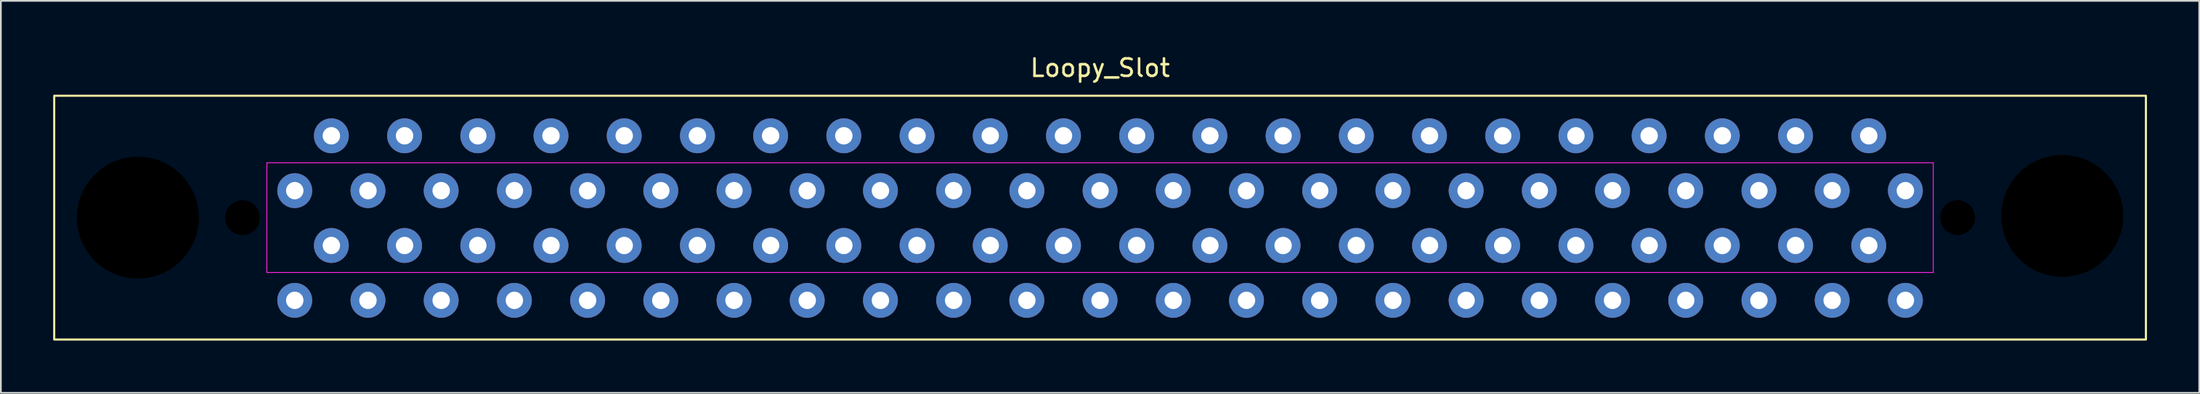
<source format=kicad_pcb>
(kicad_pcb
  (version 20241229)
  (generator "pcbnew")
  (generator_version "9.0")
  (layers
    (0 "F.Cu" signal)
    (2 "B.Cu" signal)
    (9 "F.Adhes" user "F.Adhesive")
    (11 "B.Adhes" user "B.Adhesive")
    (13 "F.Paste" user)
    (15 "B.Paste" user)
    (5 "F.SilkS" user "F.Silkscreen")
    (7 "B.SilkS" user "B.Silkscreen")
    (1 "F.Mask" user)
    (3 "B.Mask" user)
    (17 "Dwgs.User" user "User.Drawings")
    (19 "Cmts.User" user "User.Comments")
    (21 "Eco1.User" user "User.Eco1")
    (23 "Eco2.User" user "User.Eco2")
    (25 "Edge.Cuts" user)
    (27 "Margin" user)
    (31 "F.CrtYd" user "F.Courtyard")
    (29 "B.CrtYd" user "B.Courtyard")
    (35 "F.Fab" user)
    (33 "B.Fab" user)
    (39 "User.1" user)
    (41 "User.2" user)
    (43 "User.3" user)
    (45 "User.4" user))
  (footprint "Loopy_Slot"
    (layer "F.Cu")
    (at 60.06 9.448)
    (property "Reference" "Loopy_Slot" (at 0 -8.6 0) (layer "F.SilkS") (effects (font (size 1 1) (thickness 0.15))))
    (attr through_hole)
    (fp_rect (start -60 -7) (end 60 7) (stroke (width 0.12) (type default)) (fill no) (layer "F.SilkS"))
    (fp_line (start -47.8 -3.15) (end 47.8 -3.15) (stroke (width 0.05) (type default)) (layer "F.CrtYd"))
    (fp_line (start -47.8 3.15) (end -47.8 -3.15) (stroke (width 0.05) (type default)) (layer "F.CrtYd"))
    (fp_line (start 47.8 -3.15) (end 47.8 3.15) (stroke (width 0.05) (type default)) (layer "F.CrtYd"))
    (fp_line (start 47.8 3.15) (end -47.8 3.15) (stroke (width 0.05) (type default)) (layer "F.CrtYd"))
    (pad "" np_thru_hole oval (at -55.2 0) (size 8 8) (drill 7) (layers "*.Mask"))
    (pad "" np_thru_hole oval (at -49.2 0) (size 3 3) (drill 2) (layers "*.Mask"))
    (pad "" np_thru_hole oval (at 49.2 0) (size 3 3) (drill 2) (layers "*.Mask"))
    (pad "" np_thru_hole oval (at 55.2 -0.1) (size 8 8) (drill 7) (layers "*.Mask"))
    (pad "1" thru_hole oval (at 46.2 -1.55) (size 2 2) (drill 1) (layers "*.Cu" "*.Mask"))
    (pad "2" thru_hole oval (at 44.1 -4.7) (size 2 2) (drill 1) (layers "*.Cu" "*.Mask"))
    (pad "3" thru_hole oval (at 42 -1.55) (size 2 2) (drill 1) (layers "*.Cu" "*.Mask"))
    (pad "4" thru_hole oval (at 39.9 -4.7) (size 2 2) (drill 1) (layers "*.Cu" "*.Mask"))
    (pad "5" thru_hole oval (at 37.8 -1.55) (size 2 2) (drill 1) (layers "*.Cu" "*.Mask"))
    (pad "6" thru_hole oval (at 35.7 -4.7) (size 2 2) (drill 1) (layers "*.Cu" "*.Mask"))
    (pad "7" thru_hole oval (at 33.6 -1.55) (size 2 2) (drill 1) (layers "*.Cu" "*.Mask"))
    (pad "8" thru_hole oval (at 31.5 -4.7) (size 2 2) (drill 1) (layers "*.Cu" "*.Mask"))
    (pad "9" thru_hole oval (at 29.4 -1.55) (size 2 2) (drill 1) (layers "*.Cu" "*.Mask"))
    (pad "10" thru_hole oval (at 27.3 -4.7) (size 2 2) (drill 1) (layers "*.Cu" "*.Mask"))
    (pad "11" thru_hole oval (at 25.2 -1.55) (size 2 2) (drill 1) (layers "*.Cu" "*.Mask"))
    (pad "12" thru_hole oval (at 23.1 -4.7) (size 2 2) (drill 1) (layers "*.Cu" "*.Mask"))
    (pad "13" thru_hole oval (at 21 -1.55) (size 2 2) (drill 1) (layers "*.Cu" "*.Mask"))
    (pad "14" thru_hole oval (at 18.9 -4.7) (size 2 2) (drill 1) (layers "*.Cu" "*.Mask"))
    (pad "15" thru_hole oval (at 16.8 -1.55) (size 2 2) (drill 1) (layers "*.Cu" "*.Mask"))
    (pad "16" thru_hole oval (at 14.7 -4.7) (size 2 2) (drill 1) (layers "*.Cu" "*.Mask"))
    (pad "17" thru_hole oval (at 12.6 -1.55) (size 2 2) (drill 1) (layers "*.Cu" "*.Mask"))
    (pad "18" thru_hole oval (at 10.5 -4.7) (size 2 2) (drill 1) (layers "*.Cu" "*.Mask"))
    (pad "19" thru_hole oval (at 8.4 -1.55) (size 2 2) (drill 1) (layers "*.Cu" "*.Mask"))
    (pad "20" thru_hole oval (at 6.3 -4.7) (size 2 2) (drill 1) (layers "*.Cu" "*.Mask"))
    (pad "21" thru_hole oval (at 4.2 -1.55) (size 2 2) (drill 1) (layers "*.Cu" "*.Mask"))
    (pad "22" thru_hole oval (at 2.1 -4.7) (size 2 2) (drill 1) (layers "*.Cu" "*.Mask"))
    (pad "23" thru_hole oval (at 0 -1.55) (size 2 2) (drill 1) (layers "*.Cu" "*.Mask"))
    (pad "24" thru_hole oval (at -2.1 -4.7) (size 2 2) (drill 1) (layers "*.Cu" "*.Mask"))
    (pad "25" thru_hole oval (at -4.2 -1.55) (size 2 2) (drill 1) (layers "*.Cu" "*.Mask"))
    (pad "26" thru_hole oval (at -6.3 -4.7) (size 2 2) (drill 1) (layers "*.Cu" "*.Mask"))
    (pad "27" thru_hole oval (at -8.4 -1.55) (size 2 2) (drill 1) (layers "*.Cu" "*.Mask"))
    (pad "28" thru_hole oval (at -10.5 -4.7) (size 2 2) (drill 1) (layers "*.Cu" "*.Mask"))
    (pad "29" thru_hole oval (at -12.6 -1.55) (size 2 2) (drill 1) (layers "*.Cu" "*.Mask"))
    (pad "30" thru_hole oval (at -14.7 -4.7) (size 2 2) (drill 1) (layers "*.Cu" "*.Mask"))
    (pad "31" thru_hole oval (at -16.8 -1.55) (size 2 2) (drill 1) (layers "*.Cu" "*.Mask"))
    (pad "32" thru_hole oval (at -18.9 -4.7) (size 2 2) (drill 1) (layers "*.Cu" "*.Mask"))
    (pad "33" thru_hole oval (at -21 -1.55) (size 2 2) (drill 1) (layers "*.Cu" "*.Mask"))
    (pad "34" thru_hole oval (at -23.1 -4.7) (size 2 2) (drill 1) (layers "*.Cu" "*.Mask"))
    (pad "35" thru_hole oval (at -25.2 -1.55) (size 2 2) (drill 1) (layers "*.Cu" "*.Mask"))
    (pad "36" thru_hole oval (at -27.3 -4.7) (size 2 2) (drill 1) (layers "*.Cu" "*.Mask"))
    (pad "37" thru_hole oval (at -29.4 -1.55) (size 2 2) (drill 1) (layers "*.Cu" "*.Mask"))
    (pad "38" thru_hole oval (at -31.5 -4.7) (size 2 2) (drill 1) (layers "*.Cu" "*.Mask"))
    (pad "39" thru_hole oval (at -33.6 -1.55) (size 2 2) (drill 1) (layers "*.Cu" "*.Mask"))
    (pad "40" thru_hole oval (at -35.7 -4.7) (size 2 2) (drill 1) (layers "*.Cu" "*.Mask"))
    (pad "41" thru_hole oval (at -37.8 -1.55) (size 2 2) (drill 1) (layers "*.Cu" "*.Mask"))
    (pad "42" thru_hole oval (at -39.9 -4.7) (size 2 2) (drill 1) (layers "*.Cu" "*.Mask"))
    (pad "43" thru_hole oval (at -42 -1.55) (size 2 2) (drill 1) (layers "*.Cu" "*.Mask"))
    (pad "44" thru_hole oval (at -44.1 -4.7) (size 2 2) (drill 1) (layers "*.Cu" "*.Mask"))
    (pad "45" thru_hole oval (at -46.2 -1.55) (size 2 2) (drill 1) (layers "*.Cu" "*.Mask"))
    (pad "46" thru_hole oval (at 46.2 4.75) (size 2 2) (drill 1) (layers "*.Cu" "*.Mask"))
    (pad "47" thru_hole oval (at 44.1 1.6) (size 2 2) (drill 1) (layers "*.Cu" "*.Mask"))
    (pad "48" thru_hole oval (at 42 4.75) (size 2 2) (drill 1) (layers "*.Cu" "*.Mask"))
    (pad "49" thru_hole oval (at 39.9 1.6) (size 2 2) (drill 1) (layers "*.Cu" "*.Mask"))
    (pad "50" thru_hole oval (at 37.8 4.75) (size 2 2) (drill 1) (layers "*.Cu" "*.Mask"))
    (pad "51" thru_hole oval (at 35.7 1.6) (size 2 2) (drill 1) (layers "*.Cu" "*.Mask"))
    (pad "52" thru_hole oval (at 33.6 4.75) (size 2 2) (drill 1) (layers "*.Cu" "*.Mask"))
    (pad "53" thru_hole oval (at 31.5 1.6) (size 2 2) (drill 1) (layers "*.Cu" "*.Mask"))
    (pad "54" thru_hole oval (at 29.4 4.75) (size 2 2) (drill 1) (layers "*.Cu" "*.Mask"))
    (pad "55" thru_hole oval (at 27.3 1.6) (size 2 2) (drill 1) (layers "*.Cu" "*.Mask"))
    (pad "56" thru_hole oval (at 25.2 4.75) (size 2 2) (drill 1) (layers "*.Cu" "*.Mask"))
    (pad "57" thru_hole oval (at 23.1 1.6) (size 2 2) (drill 1) (layers "*.Cu" "*.Mask"))
    (pad "58" thru_hole oval (at 21 4.75) (size 2 2) (drill 1) (layers "*.Cu" "*.Mask"))
    (pad "59" thru_hole oval (at 18.9 1.6) (size 2 2) (drill 1) (layers "*.Cu" "*.Mask"))
    (pad "60" thru_hole oval (at 16.8 4.75) (size 2 2) (drill 1) (layers "*.Cu" "*.Mask"))
    (pad "61" thru_hole oval (at 14.7 1.6) (size 2 2) (drill 1) (layers "*.Cu" "*.Mask"))
    (pad "62" thru_hole oval (at 12.6 4.75) (size 2 2) (drill 1) (layers "*.Cu" "*.Mask"))
    (pad "63" thru_hole oval (at 10.5 1.6) (size 2 2) (drill 1) (layers "*.Cu" "*.Mask"))
    (pad "64" thru_hole oval (at 8.4 4.75) (size 2 2) (drill 1) (layers "*.Cu" "*.Mask"))
    (pad "65" thru_hole oval (at 6.3 1.6) (size 2 2) (drill 1) (layers "*.Cu" "*.Mask"))
    (pad "66" thru_hole oval (at 4.2 4.75) (size 2 2) (drill 1) (layers "*.Cu" "*.Mask"))
    (pad "67" thru_hole oval (at 2.1 1.6) (size 2 2) (drill 1) (layers "*.Cu" "*.Mask"))
    (pad "68" thru_hole oval (at 0 4.75) (size 2 2) (drill 1) (layers "*.Cu" "*.Mask"))
    (pad "69" thru_hole oval (at -2.1 1.6) (size 2 2) (drill 1) (layers "*.Cu" "*.Mask"))
    (pad "70" thru_hole oval (at -4.2 4.75) (size 2 2) (drill 1) (layers "*.Cu" "*.Mask"))
    (pad "71" thru_hole oval (at -6.3 1.6) (size 2 2) (drill 1) (layers "*.Cu" "*.Mask"))
    (pad "72" thru_hole oval (at -8.4 4.75) (size 2 2) (drill 1) (layers "*.Cu" "*.Mask"))
    (pad "73" thru_hole oval (at -10.5 1.6) (size 2 2) (drill 1) (layers "*.Cu" "*.Mask"))
    (pad "74" thru_hole oval (at -12.6 4.75) (size 2 2) (drill 1) (layers "*.Cu" "*.Mask"))
    (pad "75" thru_hole oval (at -14.7 1.6) (size 2 2) (drill 1) (layers "*.Cu" "*.Mask"))
    (pad "76" thru_hole oval (at -16.8 4.75) (size 2 2) (drill 1) (layers "*.Cu" "*.Mask"))
    (pad "77" thru_hole oval (at -18.9 1.6) (size 2 2) (drill 1) (layers "*.Cu" "*.Mask"))
    (pad "78" thru_hole oval (at -21 4.75) (size 2 2) (drill 1) (layers "*.Cu" "*.Mask"))
    (pad "79" thru_hole oval (at -23.1 1.6) (size 2 2) (drill 1) (layers "*.Cu" "*.Mask"))
    (pad "80" thru_hole oval (at -25.2 4.75) (size 2 2) (drill 1) (layers "*.Cu" "*.Mask"))
    (pad "81" thru_hole oval (at -27.3 1.6) (size 2 2) (drill 1) (layers "*.Cu" "*.Mask"))
    (pad "82" thru_hole oval (at -29.4 4.75) (size 2 2) (drill 1) (layers "*.Cu" "*.Mask"))
    (pad "83" thru_hole oval (at -31.5 1.6) (size 2 2) (drill 1) (layers "*.Cu" "*.Mask"))
    (pad "84" thru_hole oval (at -33.6 4.75) (size 2 2) (drill 1) (layers "*.Cu" "*.Mask"))
    (pad "85" thru_hole oval (at -35.7 1.6) (size 2 2) (drill 1) (layers "*.Cu" "*.Mask"))
    (pad "86" thru_hole oval (at -37.8 4.75) (size 2 2) (drill 1) (layers "*.Cu" "*.Mask"))
    (pad "87" thru_hole oval (at -39.9 1.6) (size 2 2) (drill 1) (layers "*.Cu" "*.Mask"))
    (pad "88" thru_hole oval (at -42 4.75) (size 2 2) (drill 1) (layers "*.Cu" "*.Mask"))
    (pad "89" thru_hole oval (at -44.1 1.6) (size 2 2) (drill 1) (layers "*.Cu" "*.Mask"))
    (pad "90" thru_hole oval (at -46.2 4.75) (size 2 2) (drill 1) (layers "*.Cu" "*.Mask")))
  (gr_rect
    (start -3 -3)
    (end 123.12 19.508)
    (stroke (width 0.1) (type default))
    (fill no)
    (layer "Edge.Cuts")))
</source>
